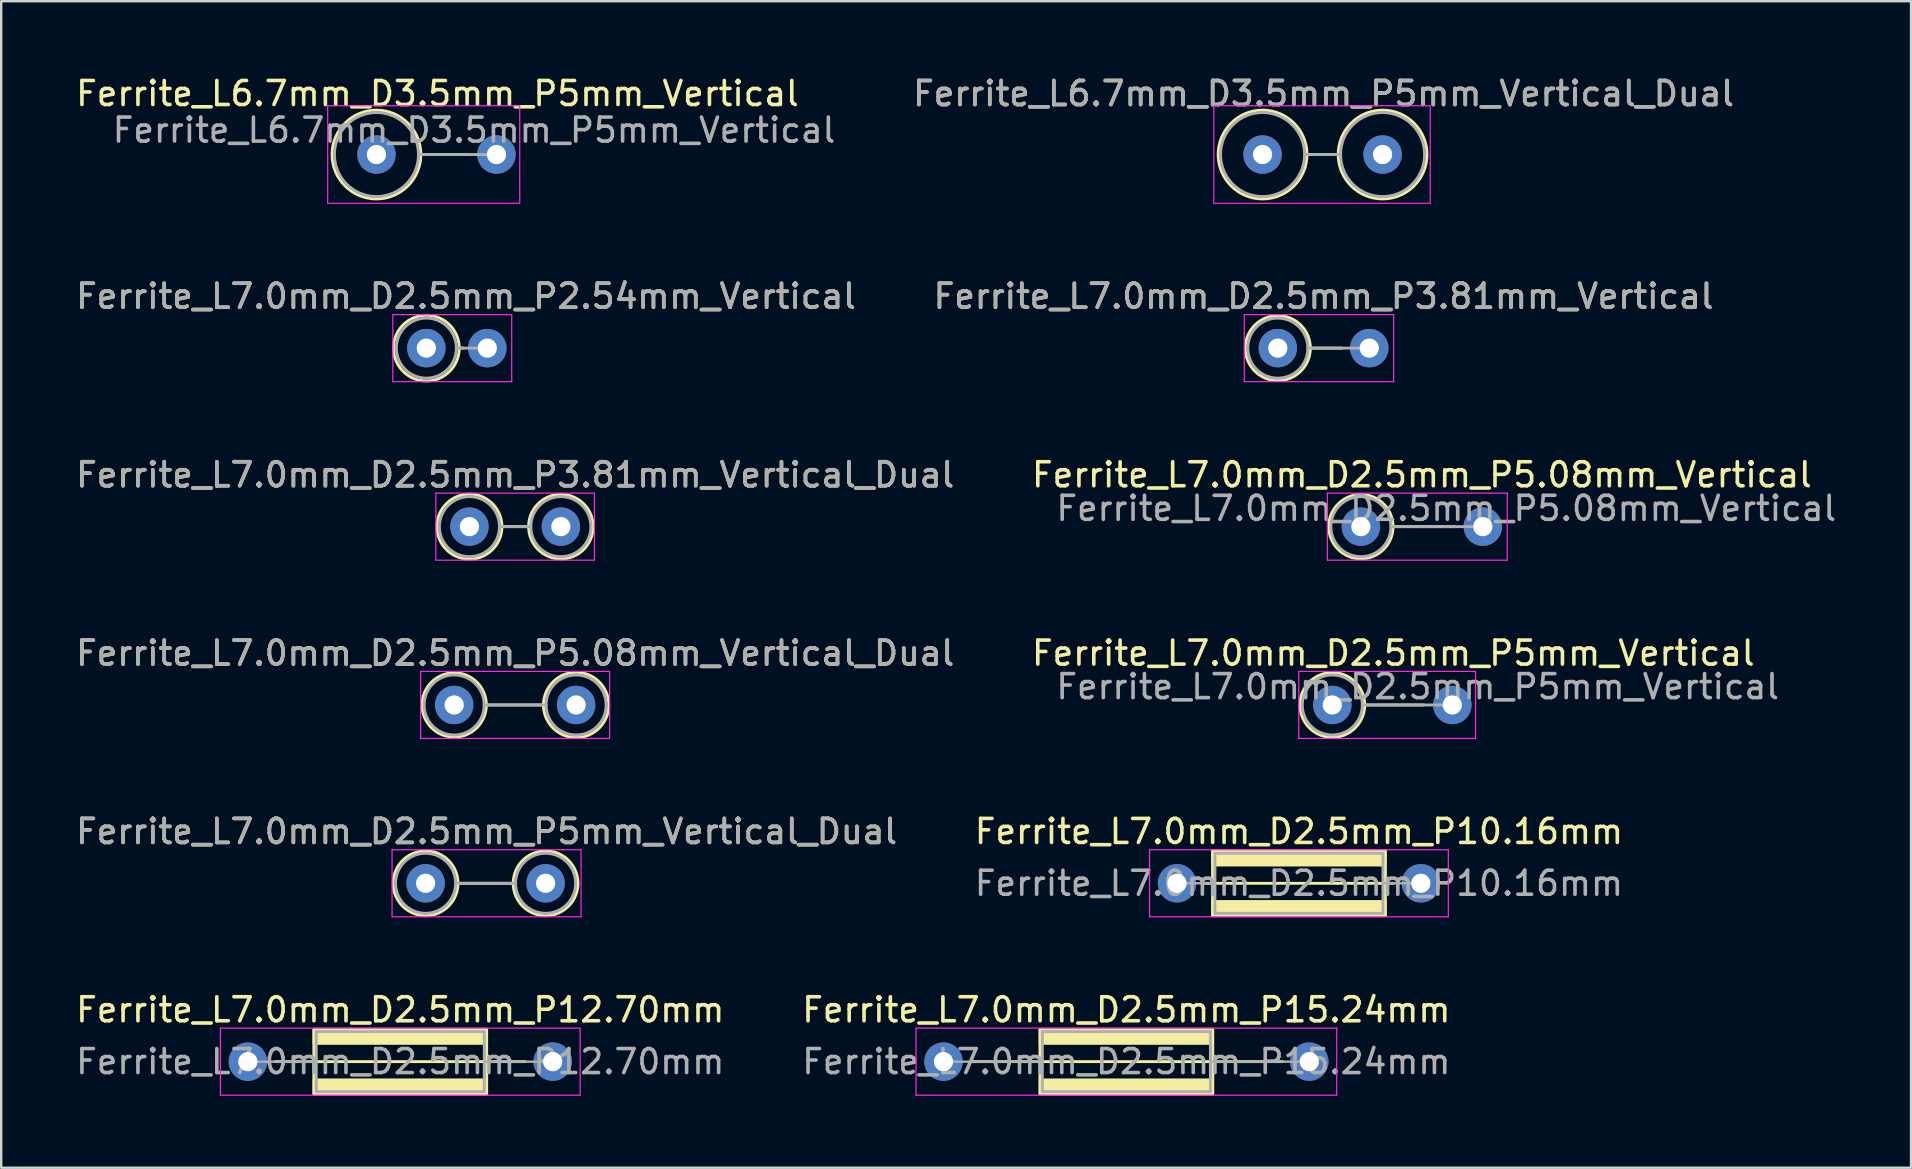
<source format=kicad_pcb>
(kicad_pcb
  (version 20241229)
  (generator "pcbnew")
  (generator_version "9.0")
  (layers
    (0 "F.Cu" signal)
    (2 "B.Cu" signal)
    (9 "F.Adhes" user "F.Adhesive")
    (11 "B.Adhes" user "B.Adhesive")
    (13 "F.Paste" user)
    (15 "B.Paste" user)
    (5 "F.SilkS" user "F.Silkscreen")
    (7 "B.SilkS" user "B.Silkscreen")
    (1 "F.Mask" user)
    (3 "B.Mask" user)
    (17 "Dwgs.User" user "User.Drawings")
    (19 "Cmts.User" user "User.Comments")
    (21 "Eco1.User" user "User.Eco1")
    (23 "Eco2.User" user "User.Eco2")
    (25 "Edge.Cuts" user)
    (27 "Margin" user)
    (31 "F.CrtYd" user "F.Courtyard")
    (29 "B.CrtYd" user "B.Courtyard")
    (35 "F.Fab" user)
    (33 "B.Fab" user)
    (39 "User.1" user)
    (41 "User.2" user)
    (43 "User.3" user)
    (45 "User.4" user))
  (footprint "Ferrite_L6.7mm_D3.5mm_P5mm_Vertical"
    (layer "F.Cu")
    (at 12.633 3.388)
    (property "Reference" "Ferrite_L6.7mm_D3.5mm_P5mm_Vertical" (at 2.54 -2.54 0) (layer "F.SilkS") (effects (font (size 1 1) (thickness 0.15))))
    (fp_line (start 1.85 0) (end 3.81 0) (stroke (width 0.12) (type solid)) (layer "F.SilkS"))
    (fp_circle (center 0 0) (end 0 -1.85) (stroke (width 0.12) (type solid)) (fill no) (layer "F.SilkS"))
    (fp_line (start -2.032 -2.032) (end 5.969 -2.032) (stroke (width 0.05) (type solid)) (layer "F.CrtYd"))
    (fp_line (start -2.032 2.032) (end -2.032 -2.032) (stroke (width 0.05) (type solid)) (layer "F.CrtYd"))
    (fp_line (start 5.969 -2.032) (end 5.969 2.032) (stroke (width 0.05) (type solid)) (layer "F.CrtYd"))
    (fp_line (start 5.969 2.032) (end -2.032 2.032) (stroke (width 0.05) (type solid)) (layer "F.CrtYd"))
    (fp_line (start 1.75 0) (end 5 0) (stroke (width 0.12) (type solid)) (layer "F.Fab"))
    (fp_circle (center 0 0) (end 0 -1.75) (stroke (width 0.12) (type solid)) (fill no) (layer "F.Fab"))
    (fp_text user "${REFERENCE}" (at 4.064 -1.016 0) (layer "F.Fab") (effects (font (size 1 1) (thickness 0.15))))
    (pad "1" thru_hole circle (at 0 0) (size 1.6 1.6) (drill 0.8) (layers "*.Cu" "*.Mask"))
    (pad "2" thru_hole circle (at 5 0) (size 1.6 1.6) (drill 0.8) (layers "*.Cu" "*.Mask")))
  (footprint "Ferrite_L7.0mm_D2.5mm_P12.70mm"
    (layer "F.Cu")
    (at 7.275 41.178)
    (property "Reference" "Ferrite_L7.0mm_D2.5mm_P12.70mm" (at 6.35 -2.159 0) (layer "F.SilkS") (effects (font (size 1 1) (thickness 0.15))))
    (fp_line (start 7.964 0.000002) (end 1.143 0) (stroke (width 0.12) (type solid)) (layer "F.SilkS"))
    (fp_line (start 7.964 0.000002) (end 11.557 0) (stroke (width 0.12) (type solid)) (layer "F.SilkS"))
    (fp_rect (start 2.75 -1.35) (end 9.95 1.35) (stroke (width 0.12) (type solid)) (fill no) (layer "F.SilkS"))
    (fp_poly (pts (xy 9.95 -0.75) (xy 2.75 -0.75) (xy 2.75 -1.35) (xy 9.95 -1.35)) (stroke (width 0.1) (type solid)) (fill yes) (layer "F.SilkS"))
    (fp_poly (pts (xy 9.95 1.35) (xy 2.75 1.35) (xy 2.75 0.75) (xy 9.95 0.75)) (stroke (width 0.1) (type solid)) (fill yes) (layer "F.SilkS"))
    (fp_line (start -1.143 -1.397) (end 13.843 -1.397) (stroke (width 0.05) (type solid)) (layer "F.CrtYd"))
    (fp_line (start -1.143 1.397) (end -1.143 -1.397) (stroke (width 0.05) (type solid)) (layer "F.CrtYd"))
    (fp_line (start 13.843 -1.397) (end 13.843 1.397) (stroke (width 0.05) (type solid)) (layer "F.CrtYd"))
    (fp_line (start 13.843 1.397) (end -1.143 1.397) (stroke (width 0.05) (type solid)) (layer "F.CrtYd"))
    (fp_line (start 0 0) (end 2.85 0) (stroke (width 0.1) (type solid)) (layer "F.Fab"))
    (fp_line (start 2.85 -1.25) (end 2.85 0) (stroke (width 0.12) (type solid)) (layer "F.Fab"))
    (fp_line (start 2.85 0) (end 2.85 1.25) (stroke (width 0.12) (type solid)) (layer "F.Fab"))
    (fp_line (start 2.85 1.25) (end 9.85 1.25) (stroke (width 0.12) (type solid)) (layer "F.Fab"))
    (fp_line (start 9.85 -1.25) (end 2.85 -1.25) (stroke (width 0.12) (type solid)) (layer "F.Fab"))
    (fp_line (start 9.85 1.25) (end 9.85 -1.25) (stroke (width 0.12) (type solid)) (layer "F.Fab"))
    (fp_line (start 12.7 0) (end 9.85 0) (stroke (width 0.1) (type solid)) (layer "F.Fab"))
    (fp_text user "${REFERENCE}" (at 6.35 0 0) (layer "F.Fab") (effects (font (size 1 1) (thickness 0.15))))
    (pad "1" thru_hole circle (at 0 0) (size 1.6 1.6) (drill 0.8) (layers "*.Cu" "*.Mask"))
    (pad "2" thru_hole circle (at 12.7 0) (size 1.6 1.6) (drill 0.8) (layers "*.Cu" "*.Mask")))
  (footprint "Ferrite_L7.0mm_D2.5mm_P2.54mm_Vertical"
    (layer "F.Cu")
    (at 14.712 11.453)
    (property "Reference" "Ferrite_L7.0mm_D2.5mm_P2.54mm_Vertical" (at 1.651 -2.159 0) (layer "F.SilkS") (effects (font (size 1 1) (thickness 0.15))))
    (fp_line (start 1.37 0) (end 1.524 0) (stroke (width 0.12) (type solid)) (layer "F.SilkS"))
    (fp_circle (center 0 0) (end 1.37 0) (stroke (width 0.12) (type solid)) (fill no) (layer "F.SilkS"))
    (fp_line (start -1.397 -1.397) (end 3.556 -1.397) (stroke (width 0.05) (type solid)) (layer "F.CrtYd"))
    (fp_line (start -1.397 1.397) (end -1.397 -1.397) (stroke (width 0.05) (type solid)) (layer "F.CrtYd"))
    (fp_line (start 3.556 -1.397) (end 3.556 1.397) (stroke (width 0.05) (type solid)) (layer "F.CrtYd"))
    (fp_line (start 3.556 1.397) (end -1.397 1.397) (stroke (width 0.05) (type solid)) (layer "F.CrtYd"))
    (fp_line (start 1.25 0) (end 2.54 0) (stroke (width 0.12) (type solid)) (layer "F.Fab"))
    (fp_circle (center 0 0) (end 1.25 0) (stroke (width 0.12) (type solid)) (fill no) (layer "F.Fab"))
    (fp_text user "${REFERENCE}" (at 1.651 -2.158 0) (layer "F.Fab") (effects (font (size 1 1) (thickness 0.15))))
    (pad "1" thru_hole circle (at 0 0) (size 1.6 1.6) (drill 0.8) (layers "*.Cu" "*.Mask"))
    (pad "2" thru_hole circle (at 2.54 0) (size 1.6 1.6) (drill 0.8) (layers "*.Cu" "*.Mask")))
  (footprint "Ferrite_L7.0mm_D2.5mm_P10.16mm"
    (layer "F.Cu")
    (at 45.985 33.748)
    (property "Reference" "Ferrite_L7.0mm_D2.5mm_P10.16mm" (at 5.08 -2.159 0) (layer "F.SilkS") (effects (font (size 1 1) (thickness 0.15))))
    (fp_line (start 6.694 0.000002) (end 1.143 0) (stroke (width 0.12) (type solid)) (layer "F.SilkS"))
    (fp_line (start 6.694 0.000002) (end 9.017 0) (stroke (width 0.12) (type solid)) (layer "F.SilkS"))
    (fp_rect (start 1.48 -1.35) (end 8.68 1.35) (stroke (width 0.12) (type solid)) (fill no) (layer "F.SilkS"))
    (fp_poly (pts (xy 8.68 -0.75) (xy 1.48 -0.75) (xy 1.48 -1.35) (xy 8.68 -1.35)) (stroke (width 0.1) (type solid)) (fill yes) (layer "F.SilkS"))
    (fp_poly (pts (xy 8.68 1.35) (xy 1.48 1.35) (xy 1.48 0.75) (xy 8.68 0.75)) (stroke (width 0.1) (type solid)) (fill yes) (layer "F.SilkS"))
    (fp_line (start -1.143 -1.397) (end 11.303 -1.397) (stroke (width 0.05) (type solid)) (layer "F.CrtYd"))
    (fp_line (start -1.143 1.397) (end -1.143 -1.397) (stroke (width 0.05) (type solid)) (layer "F.CrtYd"))
    (fp_line (start 11.303 -1.397) (end 11.303 1.397) (stroke (width 0.05) (type solid)) (layer "F.CrtYd"))
    (fp_line (start 11.303 1.397) (end -1.143 1.397) (stroke (width 0.05) (type solid)) (layer "F.CrtYd"))
    (fp_line (start 0 0) (end 1.58 0) (stroke (width 0.1) (type solid)) (layer "F.Fab"))
    (fp_line (start 1.58 -1.25) (end 1.58 0) (stroke (width 0.12) (type solid)) (layer "F.Fab"))
    (fp_line (start 1.58 0) (end 1.58 1.25) (stroke (width 0.12) (type solid)) (layer "F.Fab"))
    (fp_line (start 1.58 1.25) (end 8.58 1.25) (stroke (width 0.12) (type solid)) (layer "F.Fab"))
    (fp_line (start 8.58 -1.25) (end 1.58 -1.25) (stroke (width 0.12) (type solid)) (layer "F.Fab"))
    (fp_line (start 8.58 1.25) (end 8.58 -1.25) (stroke (width 0.12) (type solid)) (layer "F.Fab"))
    (fp_line (start 10.16 0) (end 8.58 0) (stroke (width 0.1) (type solid)) (layer "F.Fab"))
    (fp_text user "${REFERENCE}" (at 5.08 0 0) (layer "F.Fab") (effects (font (size 1 1) (thickness 0.15))))
    (pad "1" thru_hole circle (at 0 0) (size 1.6 1.6) (drill 0.8) (layers "*.Cu" "*.Mask"))
    (pad "2" thru_hole circle (at 10.16 0) (size 1.6 1.6) (drill 0.8) (layers "*.Cu" "*.Mask")))
  (footprint "Ferrite_L7.0mm_D2.5mm_P15.24mm"
    (layer "F.Cu")
    (at 36.255 41.178)
    (property "Reference" "Ferrite_L7.0mm_D2.5mm_P15.24mm" (at 7.62 -2.159 0) (layer "F.SilkS") (effects (font (size 1 1) (thickness 0.15))))
    (fp_line (start 9.234 0.000002) (end 1.17 0) (stroke (width 0.12) (type solid)) (layer "F.SilkS"))
    (fp_line (start 9.234 0.000002) (end 14.12 0) (stroke (width 0.12) (type solid)) (layer "F.SilkS"))
    (fp_rect (start 4.02 -1.35) (end 11.22 1.35) (stroke (width 0.12) (type solid)) (fill no) (layer "F.SilkS"))
    (fp_poly (pts (xy 11.22 -0.75) (xy 4.02 -0.75) (xy 4.02 -1.35) (xy 11.22 -1.35)) (stroke (width 0.1) (type solid)) (fill yes) (layer "F.SilkS"))
    (fp_poly (pts (xy 11.22 1.35) (xy 4.02 1.35) (xy 4.02 0.75) (xy 11.22 0.75)) (stroke (width 0.1) (type solid)) (fill yes) (layer "F.SilkS"))
    (fp_line (start -1.143 -1.397) (end 16.383 -1.397) (stroke (width 0.05) (type solid)) (layer "F.CrtYd"))
    (fp_line (start -1.143 1.397) (end -1.143 -1.397) (stroke (width 0.05) (type solid)) (layer "F.CrtYd"))
    (fp_line (start 16.383 -1.397) (end 16.383 1.397) (stroke (width 0.05) (type solid)) (layer "F.CrtYd"))
    (fp_line (start 16.383 1.397) (end -1.143 1.397) (stroke (width 0.05) (type solid)) (layer "F.CrtYd"))
    (fp_line (start 4.12 -1.25) (end 4.12 0) (stroke (width 0.12) (type solid)) (layer "F.Fab"))
    (fp_line (start 4.12 0) (end 0 0) (stroke (width 0.1) (type solid)) (layer "F.Fab"))
    (fp_line (start 4.12 0) (end 4.12 1.25) (stroke (width 0.12) (type solid)) (layer "F.Fab"))
    (fp_line (start 4.12 1.25) (end 11.12 1.25) (stroke (width 0.12) (type solid)) (layer "F.Fab"))
    (fp_line (start 11.12 -1.25) (end 4.12 -1.25) (stroke (width 0.12) (type solid)) (layer "F.Fab"))
    (fp_line (start 11.12 1.25) (end 11.12 -1.25) (stroke (width 0.12) (type solid)) (layer "F.Fab"))
    (fp_line (start 15.24 0) (end 11.12 0) (stroke (width 0.1) (type solid)) (layer "F.Fab"))
    (fp_text user "${REFERENCE}" (at 7.62 0 0) (layer "F.Fab") (effects (font (size 1 1) (thickness 0.15))))
    (pad "1" thru_hole circle (at 0 0) (size 1.6 1.6) (drill 0.8) (layers "*.Cu" "*.Mask"))
    (pad "2" thru_hole circle (at 15.24 0) (size 1.6 1.6) (drill 0.8) (layers "*.Cu" "*.Mask")))
  (footprint "Ferrite_L7.0mm_D2.5mm_P3.81mm_Vertical"
    (layer "F.Cu")
    (at 50.184 11.453)
    (property "Reference" "Ferrite_L7.0mm_D2.5mm_P3.81mm_Vertical" (at 1.905 -2.159 0) (layer "F.SilkS") (effects (font (size 1 1) (thickness 0.15))))
    (fp_line (start 1.355 0) (end 2.667 0) (stroke (width 0.12) (type solid)) (layer "F.SilkS"))
    (fp_circle (center 0 0) (end 1.355 0) (stroke (width 0.12) (type solid)) (fill no) (layer "F.SilkS"))
    (fp_line (start -1.397 -1.397) (end 4.826 -1.397) (stroke (width 0.05) (type solid)) (layer "F.CrtYd"))
    (fp_line (start -1.397 1.397) (end -1.397 -1.397) (stroke (width 0.05) (type solid)) (layer "F.CrtYd"))
    (fp_line (start 4.826 -1.397) (end 4.826 1.397) (stroke (width 0.05) (type solid)) (layer "F.CrtYd"))
    (fp_line (start 4.826 1.397) (end -1.397 1.397) (stroke (width 0.05) (type solid)) (layer "F.CrtYd"))
    (fp_line (start 1.25 0) (end 3.81 0) (stroke (width 0.12) (type solid)) (layer "F.Fab"))
    (fp_circle (center 0 0) (end 1.25 0) (stroke (width 0.12) (type solid)) (fill no) (layer "F.Fab"))
    (fp_text user "${REFERENCE}" (at 1.905 -2.158 0) (layer "F.Fab") (effects (font (size 1 1) (thickness 0.15))))
    (pad "1" thru_hole circle (at 0 0) (size 1.6 1.6) (drill 0.8) (layers "*.Cu" "*.Mask"))
    (pad "2" thru_hole circle (at 3.81 0) (size 1.6 1.6) (drill 0.8) (layers "*.Cu" "*.Mask")))
  (footprint "Ferrite_L7.0mm_D2.5mm_P5.08mm_Vertical"
    (layer "F.Cu")
    (at 53.645 18.89)
    (property "Reference" "Ferrite_L7.0mm_D2.5mm_P5.08mm_Vertical" (at 2.54 -2.159 0) (layer "F.SilkS") (effects (font (size 1 1) (thickness 0.15))))
    (fp_line (start 1.34 0) (end 3.937 0) (stroke (width 0.12) (type solid)) (layer "F.SilkS"))
    (fp_circle (center 0 0) (end 1.34 0) (stroke (width 0.12) (type solid)) (fill no) (layer "F.SilkS"))
    (fp_line (start -1.397 -1.397) (end 6.096 -1.397) (stroke (width 0.05) (type solid)) (layer "F.CrtYd"))
    (fp_line (start -1.397 1.397) (end -1.397 -1.397) (stroke (width 0.05) (type solid)) (layer "F.CrtYd"))
    (fp_line (start 6.096 -1.397) (end 6.096 1.397) (stroke (width 0.05) (type solid)) (layer "F.CrtYd"))
    (fp_line (start 6.096 1.397) (end -1.397 1.397) (stroke (width 0.05) (type solid)) (layer "F.CrtYd"))
    (fp_line (start 1.25 0) (end 5.08 0) (stroke (width 0.12) (type solid)) (layer "F.Fab"))
    (fp_circle (center 0 0) (end 1.25 0) (stroke (width 0.12) (type solid)) (fill no) (layer "F.Fab"))
    (fp_text user "${REFERENCE}" (at 3.556 -0.762 0) (layer "F.Fab") (effects (font (size 1 1) (thickness 0.15))))
    (pad "1" thru_hole circle (at 0 0) (size 1.6 1.6) (drill 0.8) (layers "*.Cu" "*.Mask"))
    (pad "2" thru_hole circle (at 5.08 0) (size 1.6 1.6) (drill 0.8) (layers "*.Cu" "*.Mask")))
  (footprint "Ferrite_L7.0mm_D2.5mm_P3.81mm_Vertical_Dual"
    (layer "F.Cu")
    (at 16.506 18.89)
    (property "Reference" "Ferrite_L7.0mm_D2.5mm_P3.81mm_Vertical_Dual" (at 1.905 -2.159 0) (layer "F.SilkS") (effects (font (size 1 1) (thickness 0.15))))
    (fp_line (start 1.355 0) (end 2.465 0) (stroke (width 0.12) (type solid)) (layer "F.SilkS"))
    (fp_circle (center 0 0) (end 1.355 0) (stroke (width 0.12) (type solid)) (fill no) (layer "F.SilkS"))
    (fp_circle (center 3.81 0) (end 5.155 0) (stroke (width 0.12) (type solid)) (fill no) (layer "F.SilkS"))
    (fp_line (start -1.397 -1.397) (end 5.207 -1.397) (stroke (width 0.05) (type solid)) (layer "F.CrtYd"))
    (fp_line (start -1.397 1.397) (end -1.397 -1.397) (stroke (width 0.05) (type solid)) (layer "F.CrtYd"))
    (fp_line (start 5.207 -1.397) (end 5.207 1.397) (stroke (width 0.05) (type solid)) (layer "F.CrtYd"))
    (fp_line (start 5.207 1.397) (end -1.397 1.397) (stroke (width 0.05) (type solid)) (layer "F.CrtYd"))
    (fp_line (start 1.25 0) (end 2.56 0) (stroke (width 0.12) (type solid)) (layer "F.Fab"))
    (fp_circle (center 0 0) (end 1.25 0) (stroke (width 0.12) (type solid)) (fill no) (layer "F.Fab"))
    (fp_circle (center 3.81 0) (end 5.06 0) (stroke (width 0.12) (type solid)) (fill no) (layer "F.Fab"))
    (fp_text user "${REFERENCE}" (at 1.905 -2.158 0) (layer "F.Fab") (effects (font (size 1 1) (thickness 0.15))))
    (pad "1" thru_hole circle (at 0 0) (size 1.6 1.6) (drill 0.8) (layers "*.Cu" "*.Mask"))
    (pad "2" thru_hole circle (at 3.81 0) (size 1.6 1.6) (drill 0.8) (layers "*.Cu" "*.Mask")))
  (footprint "Ferrite_L6.7mm_D3.5mm_P5mm_Vertical_Dual"
    (layer "F.Cu")
    (at 49.549 3.388)
    (property "Reference" "Ferrite_L6.7mm_D3.5mm_P5mm_Vertical_Dual" (at 2.54 -2.54 0) (layer "F.SilkS") (effects (font (size 1 1) (thickness 0.15))))
    (fp_line (start 1.85 0) (end 3.15 0) (stroke (width 0.12) (type solid)) (layer "F.SilkS"))
    (fp_circle (center 0 0) (end 0 -1.85) (stroke (width 0.12) (type solid)) (fill no) (layer "F.SilkS"))
    (fp_circle (center 5 0) (end 5 -1.85) (stroke (width 0.12) (type solid)) (fill no) (layer "F.SilkS"))
    (fp_line (start -2.032 -2.032) (end 6.985 -2.032) (stroke (width 0.05) (type solid)) (layer "F.CrtYd"))
    (fp_line (start -2.032 2.032) (end -2.032 -2.032) (stroke (width 0.05) (type solid)) (layer "F.CrtYd"))
    (fp_line (start 6.985 -2.032) (end 6.985 2.032) (stroke (width 0.05) (type solid)) (layer "F.CrtYd"))
    (fp_line (start 6.985 2.032) (end -2.032 2.032) (stroke (width 0.05) (type solid)) (layer "F.CrtYd"))
    (fp_line (start 1.75 0) (end 3.25 0) (stroke (width 0.12) (type solid)) (layer "F.Fab"))
    (fp_circle (center 0 0) (end 0 -1.75) (stroke (width 0.12) (type solid)) (fill no) (layer "F.Fab"))
    (fp_circle (center 5 0) (end 5 -1.75) (stroke (width 0.12) (type solid)) (fill no) (layer "F.Fab"))
    (fp_text user "${REFERENCE}" (at 2.54 -2.539 0) (layer "F.Fab") (effects (font (size 1 1) (thickness 0.15))))
    (pad "1" thru_hole circle (at 0 0) (size 1.6 1.6) (drill 0.8) (layers "*.Cu" "*.Mask"))
    (pad "2" thru_hole circle (at 5 0) (size 1.6 1.6) (drill 0.8) (layers "*.Cu" "*.Mask")))
  (footprint "Ferrite_L7.0mm_D2.5mm_P5mm_Vertical"
    (layer "F.Cu")
    (at 52.454 26.319)
    (property "Reference" "Ferrite_L7.0mm_D2.5mm_P5mm_Vertical" (at 2.54 -2.159 0) (layer "F.SilkS") (effects (font (size 1 1) (thickness 0.15))))
    (fp_line (start 1.35 0) (end 3.81 0) (stroke (width 0.12) (type solid)) (layer "F.SilkS"))
    (fp_circle (center 0 0) (end 1.35 0) (stroke (width 0.12) (type solid)) (fill no) (layer "F.SilkS"))
    (fp_line (start -1.397 -1.397) (end 5.969 -1.397) (stroke (width 0.05) (type solid)) (layer "F.CrtYd"))
    (fp_line (start -1.397 1.397) (end -1.397 -1.397) (stroke (width 0.05) (type solid)) (layer "F.CrtYd"))
    (fp_line (start 5.969 -1.397) (end 5.969 1.397) (stroke (width 0.05) (type solid)) (layer "F.CrtYd"))
    (fp_line (start 5.969 1.397) (end -1.397 1.397) (stroke (width 0.05) (type solid)) (layer "F.CrtYd"))
    (fp_line (start 1.25 0) (end 5 0) (stroke (width 0.12) (type solid)) (layer "F.Fab"))
    (fp_circle (center 0 0) (end 1.25 0) (stroke (width 0.12) (type solid)) (fill no) (layer "F.Fab"))
    (fp_text user "${REFERENCE}" (at 3.556 -0.762 0) (layer "F.Fab") (effects (font (size 1 1) (thickness 0.15))))
    (pad "1" thru_hole circle (at 0 0) (size 1.6 1.6) (drill 0.8) (layers "*.Cu" "*.Mask"))
    (pad "2" thru_hole circle (at 5 0) (size 1.6 1.6) (drill 0.8) (layers "*.Cu" "*.Mask")))
  (footprint "Ferrite_L7.0mm_D2.5mm_P5.08mm_Vertical_Dual"
    (layer "F.Cu")
    (at 15.871 26.319)
    (property "Reference" "Ferrite_L7.0mm_D2.5mm_P5.08mm_Vertical_Dual" (at 2.54 -2.159 0) (layer "F.SilkS") (effects (font (size 1 1) (thickness 0.15))))
    (fp_line (start 1.34 0) (end 3.72 0) (stroke (width 0.12) (type solid)) (layer "F.SilkS"))
    (fp_circle (center 0 0) (end 1.34 0) (stroke (width 0.12) (type solid)) (fill no) (layer "F.SilkS"))
    (fp_circle (center 5.08 0) (end 6.44 0) (stroke (width 0.12) (type solid)) (fill no) (layer "F.SilkS"))
    (fp_line (start -1.397 -1.397) (end 6.477 -1.397) (stroke (width 0.05) (type solid)) (layer "F.CrtYd"))
    (fp_line (start -1.397 1.397) (end -1.397 -1.397) (stroke (width 0.05) (type solid)) (layer "F.CrtYd"))
    (fp_line (start 6.477 -1.397) (end 6.477 1.397) (stroke (width 0.05) (type solid)) (layer "F.CrtYd"))
    (fp_line (start 6.477 1.397) (end -1.397 1.397) (stroke (width 0.05) (type solid)) (layer "F.CrtYd"))
    (fp_line (start 1.25 0) (end 3.83 0) (stroke (width 0.12) (type solid)) (layer "F.Fab"))
    (fp_circle (center 0 0) (end 1.25 0) (stroke (width 0.12) (type solid)) (fill no) (layer "F.Fab"))
    (fp_circle (center 5.08 0) (end 6.33 0) (stroke (width 0.12) (type solid)) (fill no) (layer "F.Fab"))
    (fp_text user "${REFERENCE}" (at 2.54 -2.158 0) (layer "F.Fab") (effects (font (size 1 1) (thickness 0.15))))
    (pad "1" thru_hole circle (at 0 0) (size 1.6 1.6) (drill 0.8) (layers "*.Cu" "*.Mask"))
    (pad "2" thru_hole circle (at 5.08 0) (size 1.6 1.6) (drill 0.8) (layers "*.Cu" "*.Mask")))
  (footprint "Ferrite_L7.0mm_D2.5mm_P5mm_Vertical_Dual"
    (layer "F.Cu")
    (at 14.68 33.748)
    (property "Reference" "Ferrite_L7.0mm_D2.5mm_P5mm_Vertical_Dual" (at 2.54 -2.159 0) (layer "F.SilkS") (effects (font (size 1 1) (thickness 0.15))))
    (fp_line (start 1.35 0) (end 3.65 0) (stroke (width 0.12) (type solid)) (layer "F.SilkS"))
    (fp_circle (center 0 0) (end 1.35 0) (stroke (width 0.12) (type solid)) (fill no) (layer "F.SilkS"))
    (fp_circle (center 5 0) (end 6.35 0) (stroke (width 0.12) (type solid)) (fill no) (layer "F.SilkS"))
    (fp_line (start -1.397 -1.397) (end 6.477 -1.397) (stroke (width 0.05) (type solid)) (layer "F.CrtYd"))
    (fp_line (start -1.397 1.397) (end -1.397 -1.397) (stroke (width 0.05) (type solid)) (layer "F.CrtYd"))
    (fp_line (start 6.477 -1.397) (end 6.477 1.397) (stroke (width 0.05) (type solid)) (layer "F.CrtYd"))
    (fp_line (start 6.477 1.397) (end -1.397 1.397) (stroke (width 0.05) (type solid)) (layer "F.CrtYd"))
    (fp_line (start 1.25 0) (end 3.75 0) (stroke (width 0.12) (type solid)) (layer "F.Fab"))
    (fp_circle (center 0 0) (end 1.25 0) (stroke (width 0.12) (type solid)) (fill no) (layer "F.Fab"))
    (fp_circle (center 5 0) (end 6.25 0) (stroke (width 0.12) (type solid)) (fill no) (layer "F.Fab"))
    (fp_text user "${REFERENCE}" (at 2.54 -2.158 0) (layer "F.Fab") (effects (font (size 1 1) (thickness 0.15))))
    (pad "1" thru_hole circle (at 0 0) (size 1.6 1.6) (drill 0.8) (layers "*.Cu" "*.Mask"))
    (pad "2" thru_hole circle (at 5 0) (size 1.6 1.6) (drill 0.8) (layers "*.Cu" "*.Mask")))
  (gr_rect
    (start -3 -3)
    (end 76.564 45.599)
    (stroke (width 0.1) (type default))
    (fill no)
    (layer "Edge.Cuts")))
</source>
